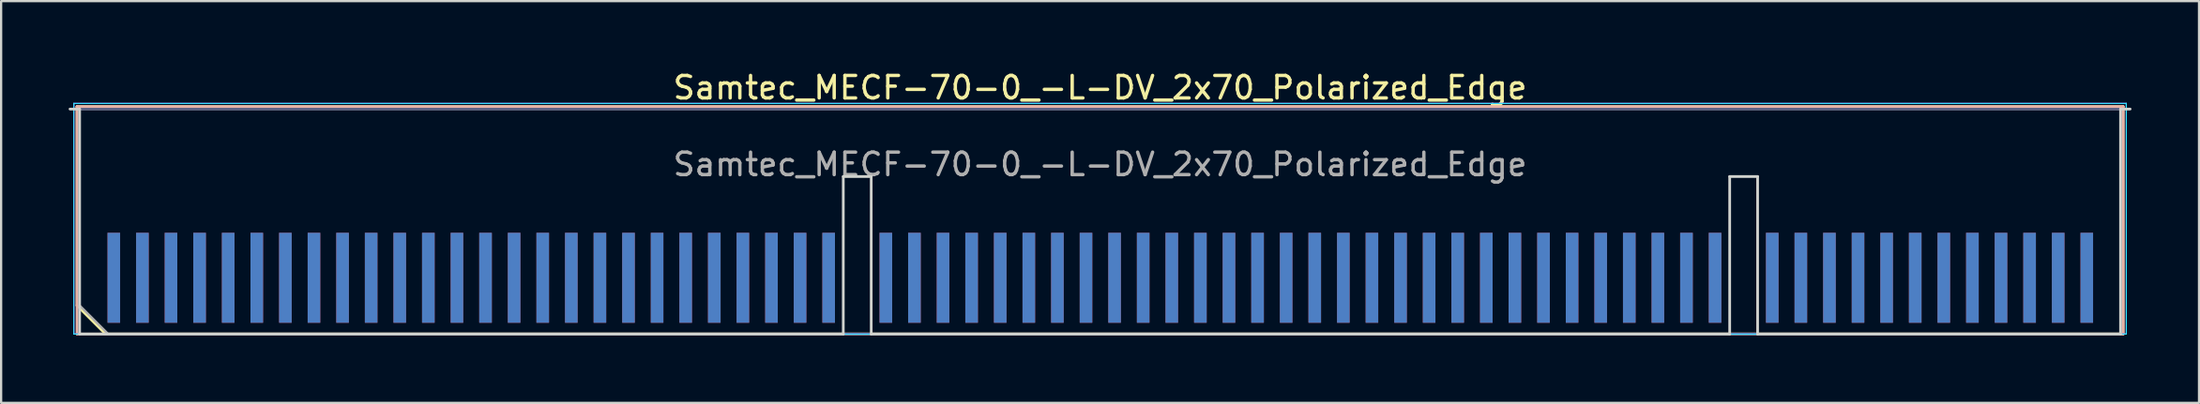
<source format=kicad_pcb>
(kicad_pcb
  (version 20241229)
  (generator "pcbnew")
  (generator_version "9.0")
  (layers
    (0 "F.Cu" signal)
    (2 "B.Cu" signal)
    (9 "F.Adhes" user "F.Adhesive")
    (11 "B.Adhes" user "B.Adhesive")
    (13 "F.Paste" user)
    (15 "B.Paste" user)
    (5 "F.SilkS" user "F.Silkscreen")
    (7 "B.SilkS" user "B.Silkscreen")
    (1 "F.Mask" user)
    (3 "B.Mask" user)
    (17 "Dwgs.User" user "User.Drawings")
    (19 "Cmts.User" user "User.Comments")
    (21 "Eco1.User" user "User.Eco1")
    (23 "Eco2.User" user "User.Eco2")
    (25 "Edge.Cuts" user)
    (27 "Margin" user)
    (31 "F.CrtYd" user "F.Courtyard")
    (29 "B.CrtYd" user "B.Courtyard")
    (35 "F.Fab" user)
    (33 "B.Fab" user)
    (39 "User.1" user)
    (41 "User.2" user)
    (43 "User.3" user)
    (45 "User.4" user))
  (footprint "Samtec_MECF-70-0_-L-DV_2x70_Polarized_Edge"
    (layer "F.Cu")
    (at 45.81 6.798)
    (property "Reference" "Samtec_MECF-70-0_-L-DV_2x70_Polarized_Edge" (at 0 -5.95 0) (layer "F.SilkS") (effects (font (size 1 1) (thickness 0.15))))
    (attr exclude_from_pos_files exclude_from_bom)
    (fp_line (start -45.44 -5.11) (end 45.44 -5.11) (stroke (width 0.12) (type solid)) (layer "F.SilkS"))
    (fp_line (start -45.44 3.73) (end -45.44 -5.11) (stroke (width 0.12) (type solid)) (layer "F.SilkS"))
    (fp_line (start -44.17 5) (end -45.44 3.73) (stroke (width 0.12) (type solid)) (layer "F.SilkS"))
    (fp_line (start -44.17 5) (end 45.44 5) (stroke (width 0.12) (type solid)) (layer "F.SilkS"))
    (fp_line (start 45.44 5) (end 45.44 -5.11) (stroke (width 0.12) (type solid)) (layer "F.SilkS"))
    (fp_line (start -45.44 -5.11) (end 45.44 -5.11) (stroke (width 0.12) (type solid)) (layer "B.SilkS"))
    (fp_line (start -45.44 5) (end -45.44 -5.11) (stroke (width 0.12) (type solid)) (layer "B.SilkS"))
    (fp_line (start -45.44 5) (end 45.44 5) (stroke (width 0.12) (type solid)) (layer "B.SilkS"))
    (fp_line (start 45.44 5) (end 45.44 -5.11) (stroke (width 0.12) (type solid)) (layer "B.SilkS"))
    (fp_line (start -45.75 -5) (end -45.325 -5) (stroke (width 0.12) (type solid)) (layer "Edge.Cuts"))
    (fp_line (start -45.325 5) (end -45.325 -5) (stroke (width 0.12) (type solid)) (layer "Edge.Cuts"))
    (fp_line (start -45.325 5) (end -11.405 5) (stroke (width 0.12) (type solid)) (layer "Edge.Cuts"))
    (fp_line (start -11.405 -2) (end -10.165 -2) (stroke (width 0.12) (type solid)) (layer "Edge.Cuts"))
    (fp_line (start -11.405 5) (end -11.405 -2) (stroke (width 0.12) (type solid)) (layer "Edge.Cuts"))
    (fp_line (start -10.165 5) (end -10.165 -2) (stroke (width 0.12) (type solid)) (layer "Edge.Cuts"))
    (fp_line (start -10.165 5) (end 27.965 5) (stroke (width 0.12) (type solid)) (layer "Edge.Cuts"))
    (fp_line (start 27.965 -2) (end 29.205 -2) (stroke (width 0.12) (type solid)) (layer "Edge.Cuts"))
    (fp_line (start 27.965 5) (end 27.965 -2) (stroke (width 0.12) (type solid)) (layer "Edge.Cuts"))
    (fp_line (start 29.205 5) (end 29.205 -2) (stroke (width 0.12) (type solid)) (layer "Edge.Cuts"))
    (fp_line (start 29.205 5) (end 45.325 5) (stroke (width 0.12) (type solid)) (layer "Edge.Cuts"))
    (fp_line (start 45.325 5) (end 45.325 -5) (stroke (width 0.12) (type solid)) (layer "Edge.Cuts"))
    (fp_line (start 45.75 -5) (end 45.325 -5) (stroke (width 0.12) (type solid)) (layer "Edge.Cuts"))
    (fp_line (start -45.58 -5.25) (end -45.58 5) (stroke (width 0.05) (type solid)) (layer "B.CrtYd"))
    (fp_line (start -45.58 5) (end 45.58 5) (stroke (width 0.05) (type solid)) (layer "B.CrtYd"))
    (fp_line (start 45.58 -5.25) (end -45.58 -5.25) (stroke (width 0.05) (type solid)) (layer "B.CrtYd"))
    (fp_line (start 45.58 5) (end 45.58 -5.25) (stroke (width 0.05) (type solid)) (layer "B.CrtYd"))
    (fp_line (start -45.58 -5.25) (end -45.58 5) (stroke (width 0.05) (type solid)) (layer "F.CrtYd"))
    (fp_line (start -45.58 5) (end 45.58 5) (stroke (width 0.05) (type solid)) (layer "F.CrtYd"))
    (fp_line (start 45.58 -5.25) (end -45.58 -5.25) (stroke (width 0.05) (type solid)) (layer "F.CrtYd"))
    (fp_line (start 45.58 5) (end 45.58 -5.25) (stroke (width 0.05) (type solid)) (layer "F.CrtYd"))
    (fp_line (start -45.325 -5) (end 45.325 -5) (stroke (width 0.1) (type solid)) (layer "B.Fab"))
    (fp_line (start -45.325 5) (end -45.325 -5) (stroke (width 0.1) (type solid)) (layer "B.Fab"))
    (fp_line (start -45.325 5) (end 45.325 5) (stroke (width 0.1) (type solid)) (layer "B.Fab"))
    (fp_line (start 45.325 5) (end 45.325 -5) (stroke (width 0.1) (type solid)) (layer "B.Fab"))
    (fp_line (start -45.325 -5) (end 45.325 -5) (stroke (width 0.1) (type solid)) (layer "F.Fab"))
    (fp_line (start -45.325 3.73) (end -45.325 -5) (stroke (width 0.1) (type solid)) (layer "F.Fab"))
    (fp_line (start -45.325 3.73) (end -44.055 5) (stroke (width 0.1) (type solid)) (layer "F.Fab"))
    (fp_line (start -44.055 5) (end 45.325 5) (stroke (width 0.1) (type solid)) (layer "F.Fab"))
    (fp_line (start 45.325 5) (end 45.325 -5) (stroke (width 0.1) (type solid)) (layer "F.Fab"))
    (fp_text user "${REFERENCE}" (at 0 -2.54 0) (layer "F.Fab") (effects (font (size 1 1) (thickness 0.15))))
    (pad "1" smd rect (at -43.805 2.5) (size 0.56 4) (layers "F.Cu" "F.Mask" "F.Paste"))
    (pad "2" smd rect (at -43.805 2.5) (size 0.56 4) (layers "B.Cu" "B.Mask" "B.Paste"))
    (pad "3" smd rect (at -42.535 2.5) (size 0.56 4) (layers "F.Cu" "F.Mask" "F.Paste"))
    (pad "4" smd rect (at -42.535 2.5) (size 0.56 4) (layers "B.Cu" "B.Mask" "B.Paste"))
    (pad "5" smd rect (at -41.265 2.5) (size 0.56 4) (layers "F.Cu" "F.Mask" "F.Paste"))
    (pad "6" smd rect (at -41.265 2.5) (size 0.56 4) (layers "B.Cu" "B.Mask" "B.Paste"))
    (pad "7" smd rect (at -39.995 2.5) (size 0.56 4) (layers "F.Cu" "F.Mask" "F.Paste"))
    (pad "8" smd rect (at -39.995 2.5) (size 0.56 4) (layers "B.Cu" "B.Mask" "B.Paste"))
    (pad "9" smd rect (at -38.725 2.5) (size 0.56 4) (layers "F.Cu" "F.Mask" "F.Paste"))
    (pad "10" smd rect (at -38.725 2.5) (size 0.56 4) (layers "B.Cu" "B.Mask" "B.Paste"))
    (pad "11" smd rect (at -37.455 2.5) (size 0.56 4) (layers "F.Cu" "F.Mask" "F.Paste"))
    (pad "12" smd rect (at -37.455 2.5) (size 0.56 4) (layers "B.Cu" "B.Mask" "B.Paste"))
    (pad "13" smd rect (at -36.185 2.5) (size 0.56 4) (layers "F.Cu" "F.Mask" "F.Paste"))
    (pad "14" smd rect (at -36.185 2.5) (size 0.56 4) (layers "B.Cu" "B.Mask" "B.Paste"))
    (pad "15" smd rect (at -34.915 2.5) (size 0.56 4) (layers "F.Cu" "F.Mask" "F.Paste"))
    (pad "16" smd rect (at -34.915 2.5) (size 0.56 4) (layers "B.Cu" "B.Mask" "B.Paste"))
    (pad "17" smd rect (at -33.645 2.5) (size 0.56 4) (layers "F.Cu" "F.Mask" "F.Paste"))
    (pad "18" smd rect (at -33.645 2.5) (size 0.56 4) (layers "B.Cu" "B.Mask" "B.Paste"))
    (pad "19" smd rect (at -32.375 2.5) (size 0.56 4) (layers "F.Cu" "F.Mask" "F.Paste"))
    (pad "20" smd rect (at -32.375 2.5) (size 0.56 4) (layers "B.Cu" "B.Mask" "B.Paste"))
    (pad "21" smd rect (at -31.105 2.5) (size 0.56 4) (layers "F.Cu" "F.Mask" "F.Paste"))
    (pad "22" smd rect (at -31.105 2.5) (size 0.56 4) (layers "B.Cu" "B.Mask" "B.Paste"))
    (pad "23" smd rect (at -29.835 2.5) (size 0.56 4) (layers "F.Cu" "F.Mask" "F.Paste"))
    (pad "24" smd rect (at -29.835 2.5) (size 0.56 4) (layers "B.Cu" "B.Mask" "B.Paste"))
    (pad "25" smd rect (at -28.565 2.5) (size 0.56 4) (layers "F.Cu" "F.Mask" "F.Paste"))
    (pad "26" smd rect (at -28.565 2.5) (size 0.56 4) (layers "B.Cu" "B.Mask" "B.Paste"))
    (pad "27" smd rect (at -27.295 2.5) (size 0.56 4) (layers "F.Cu" "F.Mask" "F.Paste"))
    (pad "28" smd rect (at -27.295 2.5) (size 0.56 4) (layers "B.Cu" "B.Mask" "B.Paste"))
    (pad "29" smd rect (at -26.025 2.5) (size 0.56 4) (layers "F.Cu" "F.Mask" "F.Paste"))
    (pad "30" smd rect (at -26.025 2.5) (size 0.56 4) (layers "B.Cu" "B.Mask" "B.Paste"))
    (pad "31" smd rect (at -24.755 2.5) (size 0.56 4) (layers "F.Cu" "F.Mask" "F.Paste"))
    (pad "32" smd rect (at -24.755 2.5) (size 0.56 4) (layers "B.Cu" "B.Mask" "B.Paste"))
    (pad "33" smd rect (at -23.485 2.5) (size 0.56 4) (layers "F.Cu" "F.Mask" "F.Paste"))
    (pad "34" smd rect (at -23.485 2.5) (size 0.56 4) (layers "B.Cu" "B.Mask" "B.Paste"))
    (pad "35" smd rect (at -22.215 2.5) (size 0.56 4) (layers "F.Cu" "F.Mask" "F.Paste"))
    (pad "36" smd rect (at -22.215 2.5) (size 0.56 4) (layers "B.Cu" "B.Mask" "B.Paste"))
    (pad "37" smd rect (at -20.945 2.5) (size 0.56 4) (layers "F.Cu" "F.Mask" "F.Paste"))
    (pad "38" smd rect (at -20.945 2.5) (size 0.56 4) (layers "B.Cu" "B.Mask" "B.Paste"))
    (pad "39" smd rect (at -19.675 2.5) (size 0.56 4) (layers "F.Cu" "F.Mask" "F.Paste"))
    (pad "40" smd rect (at -19.675 2.5) (size 0.56 4) (layers "B.Cu" "B.Mask" "B.Paste"))
    (pad "41" smd rect (at -18.405 2.5) (size 0.56 4) (layers "F.Cu" "F.Mask" "F.Paste"))
    (pad "42" smd rect (at -18.405 2.5) (size 0.56 4) (layers "B.Cu" "B.Mask" "B.Paste"))
    (pad "43" smd rect (at -17.135 2.5) (size 0.56 4) (layers "F.Cu" "F.Mask" "F.Paste"))
    (pad "44" smd rect (at -17.135 2.5) (size 0.56 4) (layers "B.Cu" "B.Mask" "B.Paste"))
    (pad "45" smd rect (at -15.865 2.5) (size 0.56 4) (layers "F.Cu" "F.Mask" "F.Paste"))
    (pad "46" smd rect (at -15.865 2.5) (size 0.56 4) (layers "B.Cu" "B.Mask" "B.Paste"))
    (pad "47" smd rect (at -14.595 2.5) (size 0.56 4) (layers "F.Cu" "F.Mask" "F.Paste"))
    (pad "48" smd rect (at -14.595 2.5) (size 0.56 4) (layers "B.Cu" "B.Mask" "B.Paste"))
    (pad "49" smd rect (at -13.325 2.5) (size 0.56 4) (layers "F.Cu" "F.Mask" "F.Paste"))
    (pad "50" smd rect (at -13.325 2.5) (size 0.56 4) (layers "B.Cu" "B.Mask" "B.Paste"))
    (pad "51" smd rect (at -12.055 2.5) (size 0.56 4) (layers "F.Cu" "F.Mask" "F.Paste"))
    (pad "52" smd rect (at -12.055 2.5) (size 0.56 4) (layers "B.Cu" "B.Mask" "B.Paste"))
    (pad "55" smd rect (at -9.515 2.5) (size 0.56 4) (layers "F.Cu" "F.Mask" "F.Paste"))
    (pad "56" smd rect (at -9.515 2.5) (size 0.56 4) (layers "B.Cu" "B.Mask" "B.Paste"))
    (pad "57" smd rect (at -8.245 2.5) (size 0.56 4) (layers "F.Cu" "F.Mask" "F.Paste"))
    (pad "58" smd rect (at -8.245 2.5) (size 0.56 4) (layers "B.Cu" "B.Mask" "B.Paste"))
    (pad "59" smd rect (at -6.975 2.5) (size 0.56 4) (layers "F.Cu" "F.Mask" "F.Paste"))
    (pad "60" smd rect (at -6.975 2.5) (size 0.56 4) (layers "B.Cu" "B.Mask" "B.Paste"))
    (pad "61" smd rect (at -5.705 2.5) (size 0.56 4) (layers "F.Cu" "F.Mask" "F.Paste"))
    (pad "62" smd rect (at -5.705 2.5) (size 0.56 4) (layers "B.Cu" "B.Mask" "B.Paste"))
    (pad "63" smd rect (at -4.435 2.5) (size 0.56 4) (layers "F.Cu" "F.Mask" "F.Paste"))
    (pad "64" smd rect (at -4.435 2.5) (size 0.56 4) (layers "B.Cu" "B.Mask" "B.Paste"))
    (pad "65" smd rect (at -3.165 2.5) (size 0.56 4) (layers "F.Cu" "F.Mask" "F.Paste"))
    (pad "66" smd rect (at -3.165 2.5) (size 0.56 4) (layers "B.Cu" "B.Mask" "B.Paste"))
    (pad "67" smd rect (at -1.895 2.5) (size 0.56 4) (layers "F.Cu" "F.Mask" "F.Paste"))
    (pad "68" smd rect (at -1.895 2.5) (size 0.56 4) (layers "B.Cu" "B.Mask" "B.Paste"))
    (pad "69" smd rect (at -0.625 2.5) (size 0.56 4) (layers "F.Cu" "F.Mask" "F.Paste"))
    (pad "70" smd rect (at -0.625 2.5) (size 0.56 4) (layers "B.Cu" "B.Mask" "B.Paste"))
    (pad "71" smd rect (at 0.645 2.5) (size 0.56 4) (layers "F.Cu" "F.Mask" "F.Paste"))
    (pad "72" smd rect (at 0.645 2.5) (size 0.56 4) (layers "B.Cu" "B.Mask" "B.Paste"))
    (pad "73" smd rect (at 1.915 2.5) (size 0.56 4) (layers "F.Cu" "F.Mask" "F.Paste"))
    (pad "74" smd rect (at 1.915 2.5) (size 0.56 4) (layers "B.Cu" "B.Mask" "B.Paste"))
    (pad "75" smd rect (at 3.185 2.5) (size 0.56 4) (layers "F.Cu" "F.Mask" "F.Paste"))
    (pad "76" smd rect (at 3.185 2.5) (size 0.56 4) (layers "B.Cu" "B.Mask" "B.Paste"))
    (pad "77" smd rect (at 4.455 2.5) (size 0.56 4) (layers "F.Cu" "F.Mask" "F.Paste"))
    (pad "78" smd rect (at 4.455 2.5) (size 0.56 4) (layers "B.Cu" "B.Mask" "B.Paste"))
    (pad "79" smd rect (at 5.725 2.5) (size 0.56 4) (layers "F.Cu" "F.Mask" "F.Paste"))
    (pad "80" smd rect (at 5.725 2.5) (size 0.56 4) (layers "B.Cu" "B.Mask" "B.Paste"))
    (pad "81" smd rect (at 6.995 2.5) (size 0.56 4) (layers "F.Cu" "F.Mask" "F.Paste"))
    (pad "82" smd rect (at 6.995 2.5) (size 0.56 4) (layers "B.Cu" "B.Mask" "B.Paste"))
    (pad "83" smd rect (at 8.265 2.5) (size 0.56 4) (layers "F.Cu" "F.Mask" "F.Paste"))
    (pad "84" smd rect (at 8.265 2.5) (size 0.56 4) (layers "B.Cu" "B.Mask" "B.Paste"))
    (pad "85" smd rect (at 9.535 2.5) (size 0.56 4) (layers "F.Cu" "F.Mask" "F.Paste"))
    (pad "86" smd rect (at 9.535 2.5) (size 0.56 4) (layers "B.Cu" "B.Mask" "B.Paste"))
    (pad "87" smd rect (at 10.805 2.5) (size 0.56 4) (layers "F.Cu" "F.Mask" "F.Paste"))
    (pad "88" smd rect (at 10.805 2.5) (size 0.56 4) (layers "B.Cu" "B.Mask" "B.Paste"))
    (pad "89" smd rect (at 12.075 2.5) (size 0.56 4) (layers "F.Cu" "F.Mask" "F.Paste"))
    (pad "90" smd rect (at 12.075 2.5) (size 0.56 4) (layers "B.Cu" "B.Mask" "B.Paste"))
    (pad "91" smd rect (at 13.345 2.5) (size 0.56 4) (layers "F.Cu" "F.Mask" "F.Paste"))
    (pad "92" smd rect (at 13.345 2.5) (size 0.56 4) (layers "B.Cu" "B.Mask" "B.Paste"))
    (pad "93" smd rect (at 14.615 2.5) (size 0.56 4) (layers "F.Cu" "F.Mask" "F.Paste"))
    (pad "94" smd rect (at 14.615 2.5) (size 0.56 4) (layers "B.Cu" "B.Mask" "B.Paste"))
    (pad "95" smd rect (at 15.885 2.5) (size 0.56 4) (layers "F.Cu" "F.Mask" "F.Paste"))
    (pad "96" smd rect (at 15.885 2.5) (size 0.56 4) (layers "B.Cu" "B.Mask" "B.Paste"))
    (pad "97" smd rect (at 17.155 2.5) (size 0.56 4) (layers "F.Cu" "F.Mask" "F.Paste"))
    (pad "98" smd rect (at 17.155 2.5) (size 0.56 4) (layers "B.Cu" "B.Mask" "B.Paste"))
    (pad "99" smd rect (at 18.425 2.5) (size 0.56 4) (layers "F.Cu" "F.Mask" "F.Paste"))
    (pad "100" smd rect (at 18.425 2.5) (size 0.56 4) (layers "B.Cu" "B.Mask" "B.Paste"))
    (pad "101" smd rect (at 19.695 2.5) (size 0.56 4) (layers "F.Cu" "F.Mask" "F.Paste"))
    (pad "102" smd rect (at 19.695 2.5) (size 0.56 4) (layers "B.Cu" "B.Mask" "B.Paste"))
    (pad "103" smd rect (at 20.965 2.5) (size 0.56 4) (layers "F.Cu" "F.Mask" "F.Paste"))
    (pad "104" smd rect (at 20.965 2.5) (size 0.56 4) (layers "B.Cu" "B.Mask" "B.Paste"))
    (pad "105" smd rect (at 22.235 2.5) (size 0.56 4) (layers "F.Cu" "F.Mask" "F.Paste"))
    (pad "106" smd rect (at 22.235 2.5) (size 0.56 4) (layers "B.Cu" "B.Mask" "B.Paste"))
    (pad "107" smd rect (at 23.505 2.5) (size 0.56 4) (layers "F.Cu" "F.Mask" "F.Paste"))
    (pad "108" smd rect (at 23.505 2.5) (size 0.56 4) (layers "B.Cu" "B.Mask" "B.Paste"))
    (pad "109" smd rect (at 24.775 2.5) (size 0.56 4) (layers "F.Cu" "F.Mask" "F.Paste"))
    (pad "110" smd rect (at 24.775 2.5) (size 0.56 4) (layers "B.Cu" "B.Mask" "B.Paste"))
    (pad "111" smd rect (at 26.045 2.5) (size 0.56 4) (layers "F.Cu" "F.Mask" "F.Paste"))
    (pad "112" smd rect (at 26.045 2.5) (size 0.56 4) (layers "B.Cu" "B.Mask" "B.Paste"))
    (pad "113" smd rect (at 27.315 2.5) (size 0.56 4) (layers "F.Cu" "F.Mask" "F.Paste"))
    (pad "114" smd rect (at 27.315 2.5) (size 0.56 4) (layers "B.Cu" "B.Mask" "B.Paste"))
    (pad "117" smd rect (at 29.855 2.5) (size 0.56 4) (layers "F.Cu" "F.Mask" "F.Paste"))
    (pad "118" smd rect (at 29.855 2.5) (size 0.56 4) (layers "B.Cu" "B.Mask" "B.Paste"))
    (pad "119" smd rect (at 31.125 2.5) (size 0.56 4) (layers "F.Cu" "F.Mask" "F.Paste"))
    (pad "120" smd rect (at 31.125 2.5) (size 0.56 4) (layers "B.Cu" "B.Mask" "B.Paste"))
    (pad "121" smd rect (at 32.395 2.5) (size 0.56 4) (layers "F.Cu" "F.Mask" "F.Paste"))
    (pad "122" smd rect (at 32.395 2.5) (size 0.56 4) (layers "B.Cu" "B.Mask" "B.Paste"))
    (pad "123" smd rect (at 33.665 2.5) (size 0.56 4) (layers "F.Cu" "F.Mask" "F.Paste"))
    (pad "124" smd rect (at 33.665 2.5) (size 0.56 4) (layers "B.Cu" "B.Mask" "B.Paste"))
    (pad "125" smd rect (at 34.935 2.5) (size 0.56 4) (layers "F.Cu" "F.Mask" "F.Paste"))
    (pad "126" smd rect (at 34.935 2.5) (size 0.56 4) (layers "B.Cu" "B.Mask" "B.Paste"))
    (pad "127" smd rect (at 36.205 2.5) (size 0.56 4) (layers "F.Cu" "F.Mask" "F.Paste"))
    (pad "128" smd rect (at 36.205 2.5) (size 0.56 4) (layers "B.Cu" "B.Mask" "B.Paste"))
    (pad "129" smd rect (at 37.475 2.5) (size 0.56 4) (layers "F.Cu" "F.Mask" "F.Paste"))
    (pad "130" smd rect (at 37.475 2.5) (size 0.56 4) (layers "B.Cu" "B.Mask" "B.Paste"))
    (pad "131" smd rect (at 38.745 2.5) (size 0.56 4) (layers "F.Cu" "F.Mask" "F.Paste"))
    (pad "132" smd rect (at 38.745 2.5) (size 0.56 4) (layers "B.Cu" "B.Mask" "B.Paste"))
    (pad "133" smd rect (at 40.015 2.5) (size 0.56 4) (layers "F.Cu" "F.Mask" "F.Paste"))
    (pad "134" smd rect (at 40.015 2.5) (size 0.56 4) (layers "B.Cu" "B.Mask" "B.Paste"))
    (pad "135" smd rect (at 41.285 2.5) (size 0.56 4) (layers "F.Cu" "F.Mask" "F.Paste"))
    (pad "136" smd rect (at 41.285 2.5) (size 0.56 4) (layers "B.Cu" "B.Mask" "B.Paste"))
    (pad "137" smd rect (at 42.555 2.5) (size 0.56 4) (layers "F.Cu" "F.Mask" "F.Paste"))
    (pad "138" smd rect (at 42.555 2.5) (size 0.56 4) (layers "B.Cu" "B.Mask" "B.Paste"))
    (pad "139" smd rect (at 43.825 2.5) (size 0.56 4) (layers "F.Cu" "F.Mask" "F.Paste"))
    (pad "140" smd rect (at 43.825 2.5) (size 0.56 4) (layers "B.Cu" "B.Mask" "B.Paste")))
  (gr_rect
    (start -3 -3)
    (end 94.62 14.858)
    (stroke (width 0.1) (type default))
    (fill no)
    (layer "Edge.Cuts")))
</source>
